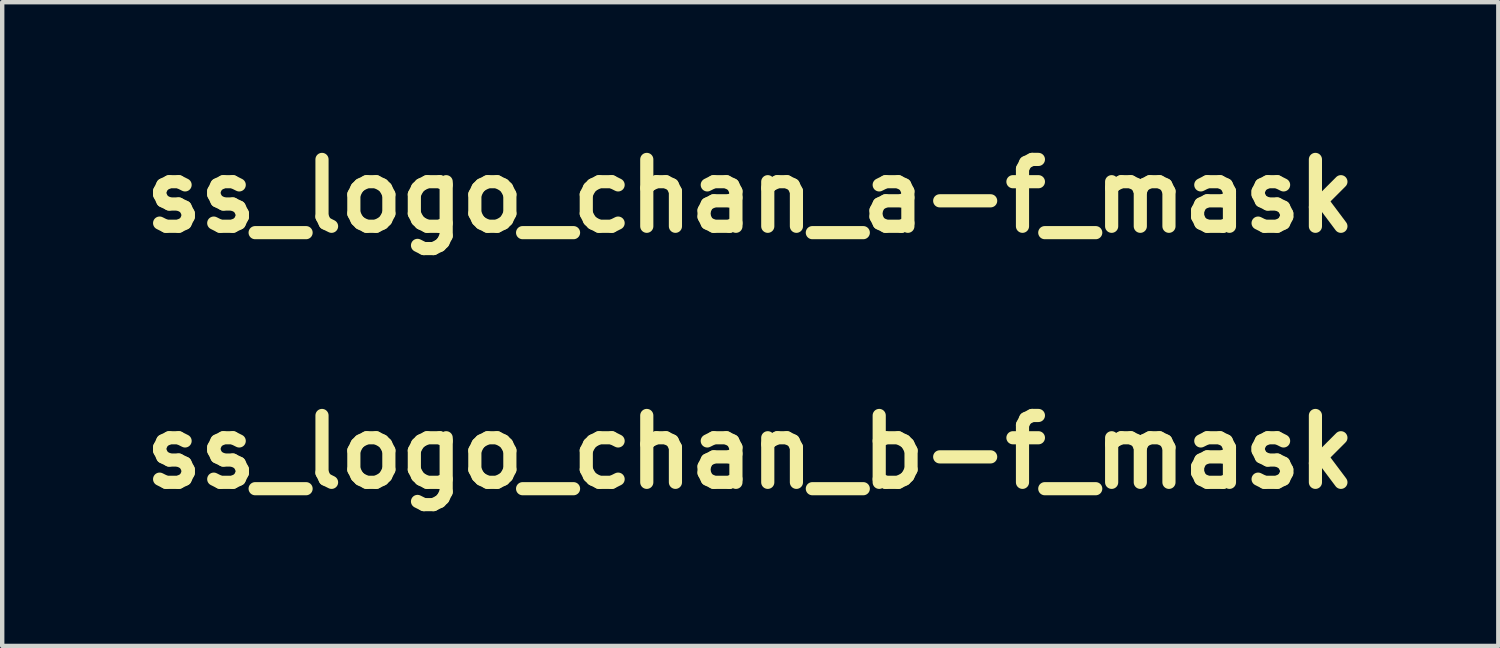
<source format=kicad_pcb>
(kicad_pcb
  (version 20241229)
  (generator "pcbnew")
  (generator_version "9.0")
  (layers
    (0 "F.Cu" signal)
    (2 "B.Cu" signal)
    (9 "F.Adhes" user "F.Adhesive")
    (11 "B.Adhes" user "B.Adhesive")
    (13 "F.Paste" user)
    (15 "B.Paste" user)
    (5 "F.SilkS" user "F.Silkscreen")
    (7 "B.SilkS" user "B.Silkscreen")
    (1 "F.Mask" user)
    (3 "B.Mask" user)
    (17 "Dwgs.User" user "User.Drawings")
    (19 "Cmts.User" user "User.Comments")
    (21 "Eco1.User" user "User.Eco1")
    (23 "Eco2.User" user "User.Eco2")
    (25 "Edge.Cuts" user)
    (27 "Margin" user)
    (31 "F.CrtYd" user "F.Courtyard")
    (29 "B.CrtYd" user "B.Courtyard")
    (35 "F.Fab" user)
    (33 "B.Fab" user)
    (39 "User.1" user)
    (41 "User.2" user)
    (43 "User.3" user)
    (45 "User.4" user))
  (footprint "ss_logo_chan_a-f_mask"
    (layer "F.Cu")
    (at 14.05 1.418)
    (property "Reference" "ss_logo_chan_a-f_mask" (at 0 0 0) (layer "F.SilkS") (effects (font (size 1.524 1.524) (thickness 0.3))))
    (attr through_hole)
    (fp_poly (pts (xy 2.512 1.016) (xy 2.032 1.016) (xy 2.032 0.508) (xy 2.512 0.508) (xy 2.512 1.016)) (stroke (width 0.01) (type solid)) (fill yes) (layer "F.Mask"))
    (fp_poly (pts (xy -3.217 -0.311) (xy -3.09 -0.408) (xy -2.939 -0.493) (xy -2.78 -0.532) (xy -2.624 -0.526) (xy -2.479 -0.475) (xy -2.357 -0.383) (xy -2.28 -0.276) (xy -2.259 -0.232) (xy -2.242 -0.186) (xy -2.23 -0.13) (xy -2.222 -0.054) (xy -2.215 0.049) (xy -2.211 0.189) (xy -2.207 0.374) (xy -2.206 0.43) (xy -2.196 1.016) (xy -2.678 1.016) (xy -2.686 0.477) (xy -2.69 0.29) (xy -2.693 0.151) (xy -2.698 0.053) (xy -2.705 -0.014) (xy -2.716 -0.058) (xy -2.731 -0.086) (xy -2.752 -0.107) (xy -2.762 -0.115) (xy -2.86 -0.163) (xy -2.964 -0.162) (xy -3.063 -0.116) (xy -3.142 -0.03) (xy -3.172 0.028) (xy -3.191 0.09) (xy -3.204 0.172) (xy -3.212 0.284) (xy -3.217 0.435) (xy -3.217 0.579) (xy -3.217 1.016) (xy -3.697 1.016) (xy -3.697 -1.044) (xy -3.217 -1.044) (xy -3.217 -0.311)) (stroke (width 0.01) (type solid)) (fill yes) (layer "F.Mask"))
    (fp_poly (pts (xy 1.13 -0.526) (xy 1.274 -0.475) (xy 1.396 -0.383) (xy 1.473 -0.276) (xy 1.495 -0.232) (xy 1.511 -0.186) (xy 1.523 -0.13) (xy 1.532 -0.054) (xy 1.538 0.049) (xy 1.543 0.189) (xy 1.546 0.374) (xy 1.547 0.43) (xy 1.557 1.016) (xy 1.076 1.016) (xy 1.067 0.477) (xy 1.064 0.29) (xy 1.06 0.151) (xy 1.055 0.053) (xy 1.048 -0.014) (xy 1.037 -0.058) (xy 1.022 -0.086) (xy 1.002 -0.107) (xy 0.992 -0.115) (xy 0.894 -0.163) (xy 0.789 -0.162) (xy 0.691 -0.116) (xy 0.611 -0.03) (xy 0.582 0.028) (xy 0.563 0.09) (xy 0.55 0.172) (xy 0.541 0.284) (xy 0.537 0.435) (xy 0.536 0.579) (xy 0.536 1.016) (xy 0.056 1.016) (xy 0.056 -0.48) (xy 0.536 -0.48) (xy 0.536 -0.311) (xy 0.663 -0.408) (xy 0.814 -0.493) (xy 0.973 -0.532) (xy 1.13 -0.526)) (stroke (width 0.01) (type solid)) (fill yes) (layer "F.Mask"))
    (fp_poly (pts (xy -4.465 -0.991) (xy -4.312 -0.964) (xy -4.247 -0.943) (xy -4.106 -0.887) (xy -4.098 -0.684) (xy -4.096 -0.585) (xy -4.097 -0.512) (xy -4.102 -0.48) (xy -4.103 -0.48) (xy -4.133 -0.491) (xy -4.198 -0.522) (xy -4.262 -0.553) (xy -4.453 -0.625) (xy -4.639 -0.648) (xy -4.812 -0.624) (xy -4.965 -0.557) (xy -5.09 -0.446) (xy -5.181 -0.296) (xy -5.215 -0.172) (xy -5.229 -0.019) (xy -5.223 0.14) (xy -5.197 0.279) (xy -5.181 0.325) (xy -5.09 0.474) (xy -4.964 0.584) (xy -4.811 0.652) (xy -4.639 0.677) (xy -4.455 0.656) (xy -4.267 0.587) (xy -4.256 0.581) (xy -4.177 0.541) (xy -4.12 0.515) (xy -4.102 0.508) (xy -4.097 0.534) (xy -4.096 0.602) (xy -4.098 0.698) (xy -4.098 0.712) (xy -4.106 0.916) (xy -4.247 0.969) (xy -4.374 1.003) (xy -4.534 1.025) (xy -4.705 1.035) (xy -4.868 1.031) (xy -5.001 1.013) (xy -5.024 1.007) (xy -5.256 0.916) (xy -5.443 0.791) (xy -5.587 0.63) (xy -5.686 0.435) (xy -5.741 0.203) (xy -5.752 0.082) (xy -5.742 -0.179) (xy -5.687 -0.407) (xy -5.586 -0.602) (xy -5.44 -0.764) (xy -5.249 -0.892) (xy -5.122 -0.948) (xy -4.99 -0.982) (xy -4.823 -1) (xy -4.642 -1.003) (xy -4.465 -0.991)) (stroke (width 0.01) (type solid)) (fill yes) (layer "F.Mask"))
    (fp_poly (pts (xy 4.88 -0.958) (xy 4.97 -0.954) (xy 5.025 -0.945) (xy 5.053 -0.929) (xy 5.065 -0.91) (xy 5.08 -0.872) (xy 5.111 -0.788) (xy 5.157 -0.665) (xy 5.215 -0.509) (xy 5.283 -0.326) (xy 5.358 -0.124) (xy 5.404 0) (xy 5.483 0.212) (xy 5.556 0.41) (xy 5.622 0.586) (xy 5.678 0.735) (xy 5.72 0.849) (xy 5.747 0.92) (xy 5.754 0.939) (xy 5.785 1.018) (xy 5.527 1.01) (xy 5.269 1.002) (xy 5.206 0.833) (xy 5.143 0.663) (xy 4.747 0.655) (xy 4.352 0.648) (xy 4.286 0.832) (xy 4.22 1.016) (xy 3.973 1.016) (xy 3.862 1.014) (xy 3.777 1.009) (xy 3.731 1.001) (xy 3.725 0.997) (xy 3.735 0.967) (xy 3.762 0.89) (xy 3.804 0.772) (xy 3.859 0.619) (xy 3.926 0.438) (xy 3.989 0.264) (xy 4.487 0.264) (xy 4.513 0.272) (xy 4.584 0.278) (xy 4.686 0.282) (xy 4.751 0.282) (xy 5.015 0.282) (xy 4.885 -0.097) (xy 4.838 -0.231) (xy 4.796 -0.341) (xy 4.763 -0.419) (xy 4.743 -0.456) (xy 4.739 -0.457) (xy 4.724 -0.425) (xy 4.696 -0.352) (xy 4.659 -0.25) (xy 4.617 -0.132) (xy 4.575 -0.01) (xy 4.537 0.102) (xy 4.507 0.194) (xy 4.49 0.251) (xy 4.487 0.264) (xy 3.989 0.264) (xy 4.001 0.234) (xy 4.082 0.012) (xy 4.083 0.009) (xy 4.442 -0.96) (xy 4.744 -0.96) (xy 4.88 -0.958)) (stroke (width 0.01) (type solid)) (fill yes) (layer "F.Mask"))
    (fp_poly (pts (xy -0.981 -0.517) (xy -0.823 -0.498) (xy -0.702 -0.463) (xy -0.608 -0.407) (xy -0.532 -0.328) (xy -0.486 -0.258) (xy -0.46 -0.212) (xy -0.441 -0.17) (xy -0.427 -0.121) (xy -0.417 -0.059) (xy -0.41 0.028) (xy -0.406 0.146) (xy -0.402 0.306) (xy -0.4 0.445) (xy -0.391 1.016) (xy -0.875 1.016) (xy -0.875 0.808) (xy -0.953 0.882) (xy -1.093 0.979) (xy -1.259 1.032) (xy -1.44 1.039) (xy -1.567 1.014) (xy -1.672 0.96) (xy -1.77 0.869) (xy -1.844 0.76) (xy -1.866 0.705) (xy -1.885 0.569) (xy -1.879 0.512) (xy -1.405 0.512) (xy -1.397 0.6) (xy -1.334 0.678) (xy -1.333 0.678) (xy -1.233 0.725) (xy -1.121 0.723) (xy -1.013 0.675) (xy -0.953 0.622) (xy -0.89 0.522) (xy -0.875 0.434) (xy -0.875 0.332) (xy -1.09 0.343) (xy -1.204 0.352) (xy -1.278 0.365) (xy -1.325 0.387) (xy -1.358 0.42) (xy -1.405 0.512) (xy -1.879 0.512) (xy -1.869 0.428) (xy -1.822 0.303) (xy -1.791 0.257) (xy -1.708 0.182) (xy -1.6 0.127) (xy -1.457 0.09) (xy -1.272 0.068) (xy -1.178 0.063) (xy -1.045 0.056) (xy -0.957 0.049) (xy -0.907 0.039) (xy -0.883 0.024) (xy -0.875 -0.000039) (xy -0.875 -0.018) (xy -0.901 -0.102) (xy -0.973 -0.17) (xy -1.079 -0.212) (xy -1.088 -0.214) (xy -1.209 -0.223) (xy -1.358 -0.215) (xy -1.511 -0.192) (xy -1.635 -0.159) (xy -1.75 -0.119) (xy -1.75 -0.477) (xy -1.644 -0.5) (xy -1.574 -0.508) (xy -1.464 -0.515) (xy -1.327 -0.52) (xy -1.185 -0.522) (xy -0.981 -0.517)) (stroke (width 0.01) (type solid)) (fill yes) (layer "F.Mask")))
  (footprint "ss_logo_chan_b-f_mask"
    (layer "F.Cu")
    (at 14.05 7.254)
    (property "Reference" "ss_logo_chan_b-f_mask" (at 0 0 0) (layer "F.SilkS") (effects (font (size 1.524 1.524) (thickness 0.3))))
    (attr through_hole)
    (fp_poly (pts (xy 2.625 1.016) (xy 2.145 1.016) (xy 2.145 0.508) (xy 2.625 0.508) (xy 2.625 1.016)) (stroke (width 0.01) (type solid)) (fill yes) (layer "F.Mask"))
    (fp_poly (pts (xy -3.104 -0.311) (xy -2.978 -0.408) (xy -2.827 -0.493) (xy -2.668 -0.532) (xy -2.511 -0.526) (xy -2.366 -0.475) (xy -2.244 -0.383) (xy -2.168 -0.276) (xy -2.146 -0.232) (xy -2.129 -0.186) (xy -2.117 -0.13) (xy -2.109 -0.054) (xy -2.103 0.049) (xy -2.098 0.189) (xy -2.094 0.374) (xy -2.093 0.43) (xy -2.084 1.016) (xy -2.565 1.016) (xy -2.574 0.477) (xy -2.577 0.29) (xy -2.58 0.151) (xy -2.585 0.053) (xy -2.593 -0.014) (xy -2.603 -0.058) (xy -2.618 -0.086) (xy -2.639 -0.107) (xy -2.649 -0.115) (xy -2.747 -0.163) (xy -2.851 -0.162) (xy -2.95 -0.116) (xy -3.029 -0.03) (xy -3.059 0.028) (xy -3.078 0.09) (xy -3.091 0.172) (xy -3.099 0.284) (xy -3.104 0.435) (xy -3.104 0.579) (xy -3.104 1.016) (xy -3.584 1.016) (xy -3.584 -1.044) (xy -3.104 -1.044) (xy -3.104 -0.311)) (stroke (width 0.01) (type solid)) (fill yes) (layer "F.Mask"))
    (fp_poly (pts (xy 1.243 -0.526) (xy 1.387 -0.475) (xy 1.509 -0.383) (xy 1.586 -0.276) (xy 1.608 -0.232) (xy 1.624 -0.186) (xy 1.636 -0.13) (xy 1.645 -0.054) (xy 1.651 0.049) (xy 1.655 0.189) (xy 1.659 0.374) (xy 1.66 0.43) (xy 1.67 1.016) (xy 1.189 1.016) (xy 1.18 0.477) (xy 1.177 0.29) (xy 1.173 0.151) (xy 1.168 0.053) (xy 1.161 -0.014) (xy 1.15 -0.058) (xy 1.135 -0.086) (xy 1.115 -0.107) (xy 1.105 -0.115) (xy 1.007 -0.163) (xy 0.902 -0.162) (xy 0.804 -0.116) (xy 0.724 -0.03) (xy 0.695 0.028) (xy 0.676 0.09) (xy 0.662 0.172) (xy 0.654 0.284) (xy 0.65 0.435) (xy 0.649 0.579) (xy 0.649 1.016) (xy 0.169 1.016) (xy 0.169 -0.48) (xy 0.649 -0.48) (xy 0.649 -0.311) (xy 0.776 -0.408) (xy 0.927 -0.493) (xy 1.086 -0.532) (xy 1.243 -0.526)) (stroke (width 0.01) (type solid)) (fill yes) (layer "F.Mask"))
    (fp_poly (pts (xy -4.352 -0.991) (xy -4.199 -0.964) (xy -4.135 -0.943) (xy -3.993 -0.887) (xy -3.985 -0.684) (xy -3.983 -0.585) (xy -3.984 -0.512) (xy -3.989 -0.48) (xy -3.99 -0.48) (xy -4.02 -0.491) (xy -4.085 -0.522) (xy -4.149 -0.553) (xy -4.341 -0.625) (xy -4.526 -0.648) (xy -4.699 -0.624) (xy -4.852 -0.557) (xy -4.977 -0.446) (xy -5.068 -0.296) (xy -5.102 -0.172) (xy -5.116 -0.019) (xy -5.11 0.14) (xy -5.084 0.279) (xy -5.068 0.325) (xy -4.977 0.474) (xy -4.851 0.584) (xy -4.698 0.652) (xy -4.526 0.677) (xy -4.342 0.656) (xy -4.155 0.587) (xy -4.143 0.581) (xy -4.064 0.541) (xy -4.008 0.515) (xy -3.99 0.508) (xy -3.984 0.534) (xy -3.983 0.602) (xy -3.985 0.698) (xy -3.985 0.712) (xy -3.993 0.916) (xy -4.135 0.969) (xy -4.262 1.003) (xy -4.421 1.025) (xy -4.592 1.035) (xy -4.755 1.031) (xy -4.889 1.013) (xy -4.911 1.007) (xy -5.143 0.916) (xy -5.33 0.791) (xy -5.474 0.63) (xy -5.573 0.435) (xy -5.628 0.203) (xy -5.639 0.082) (xy -5.63 -0.179) (xy -5.574 -0.407) (xy -5.473 -0.602) (xy -5.327 -0.764) (xy -5.136 -0.892) (xy -5.009 -0.948) (xy -4.877 -0.982) (xy -4.71 -1) (xy -4.529 -1.003) (xy -4.352 -0.991)) (stroke (width 0.01) (type solid)) (fill yes) (layer "F.Mask"))
    (fp_poly (pts (xy 4.621 -0.955) (xy 4.817 -0.951) (xy 4.966 -0.946) (xy 5.077 -0.939) (xy 5.159 -0.93) (xy 5.221 -0.917) (xy 5.273 -0.9) (xy 5.306 -0.885) (xy 5.442 -0.804) (xy 5.531 -0.705) (xy 5.581 -0.579) (xy 5.583 -0.571) (xy 5.595 -0.428) (xy 5.57 -0.291) (xy 5.513 -0.173) (xy 5.43 -0.091) (xy 5.417 -0.084) (xy 5.383 -0.062) (xy 5.385 -0.041) (xy 5.428 -0.007) (xy 5.452 0.01) (xy 5.567 0.108) (xy 5.638 0.225) (xy 5.669 0.37) (xy 5.673 0.452) (xy 5.657 0.616) (xy 5.605 0.744) (xy 5.511 0.849) (xy 5.452 0.893) (xy 5.378 0.935) (xy 5.288 0.966) (xy 5.175 0.989) (xy 5.031 1.004) (xy 4.848 1.013) (xy 4.617 1.016) (xy 4.571 1.016) (xy 4.064 1.016) (xy 4.064 0.141) (xy 4.572 0.141) (xy 4.572 0.677) (xy 4.771 0.677) (xy 4.902 0.671) (xy 5.006 0.652) (xy 5.05 0.636) (xy 5.112 0.593) (xy 5.147 0.549) (xy 5.161 0.474) (xy 5.163 0.377) (xy 5.153 0.291) (xy 5.147 0.269) (xy 5.094 0.207) (xy 4.992 0.165) (xy 4.847 0.143) (xy 4.771 0.141) (xy 4.572 0.141) (xy 4.064 0.141) (xy 4.064 -0.621) (xy 4.572 -0.621) (xy 4.572 -0.198) (xy 4.766 -0.198) (xy 4.89 -0.203) (xy 4.972 -0.219) (xy 5.023 -0.248) (xy 5.071 -0.31) (xy 5.086 -0.403) (xy 5.086 -0.409) (xy 5.073 -0.504) (xy 5.029 -0.568) (xy 4.948 -0.605) (xy 4.822 -0.62) (xy 4.766 -0.621) (xy 4.572 -0.621) (xy 4.064 -0.621) (xy 4.064 -0.965) (xy 4.621 -0.955)) (stroke (width 0.01) (type solid)) (fill yes) (layer "F.Mask"))
    (fp_poly (pts (xy -0.868 -0.517) (xy -0.71 -0.498) (xy -0.589 -0.463) (xy -0.495 -0.407) (xy -0.419 -0.328) (xy -0.374 -0.258) (xy -0.347 -0.212) (xy -0.328 -0.17) (xy -0.314 -0.121) (xy -0.304 -0.059) (xy -0.297 0.028) (xy -0.293 0.146) (xy -0.289 0.306) (xy -0.287 0.445) (xy -0.278 1.016) (xy -0.762 1.016) (xy -0.762 0.808) (xy -0.84 0.882) (xy -0.98 0.979) (xy -1.146 1.032) (xy -1.327 1.039) (xy -1.454 1.014) (xy -1.559 0.96) (xy -1.657 0.869) (xy -1.731 0.76) (xy -1.753 0.705) (xy -1.772 0.569) (xy -1.766 0.512) (xy -1.292 0.512) (xy -1.284 0.6) (xy -1.221 0.678) (xy -1.221 0.678) (xy -1.12 0.725) (xy -1.008 0.723) (xy -0.9 0.675) (xy -0.84 0.622) (xy -0.777 0.522) (xy -0.762 0.434) (xy -0.762 0.332) (xy -0.977 0.343) (xy -1.091 0.352) (xy -1.165 0.365) (xy -1.212 0.387) (xy -1.245 0.42) (xy -1.292 0.512) (xy -1.766 0.512) (xy -1.756 0.428) (xy -1.709 0.303) (xy -1.678 0.257) (xy -1.595 0.182) (xy -1.487 0.127) (xy -1.344 0.09) (xy -1.159 0.068) (xy -1.065 0.063) (xy -0.932 0.056) (xy -0.844 0.049) (xy -0.794 0.039) (xy -0.77 0.024) (xy -0.762 -0.000039) (xy -0.762 -0.018) (xy -0.788 -0.102) (xy -0.86 -0.17) (xy -0.966 -0.212) (xy -0.975 -0.214) (xy -1.096 -0.223) (xy -1.245 -0.215) (xy -1.398 -0.192) (xy -1.522 -0.159) (xy -1.637 -0.119) (xy -1.637 -0.477) (xy -1.531 -0.5) (xy -1.461 -0.508) (xy -1.351 -0.515) (xy -1.214 -0.52) (xy -1.072 -0.522) (xy -0.868 -0.517)) (stroke (width 0.01) (type solid)) (fill yes) (layer "F.Mask")))
  (gr_rect
    (start -3 -3)
    (end 31.1 11.672)
    (stroke (width 0.1) (type default))
    (fill no)
    (layer "Edge.Cuts")))
</source>
